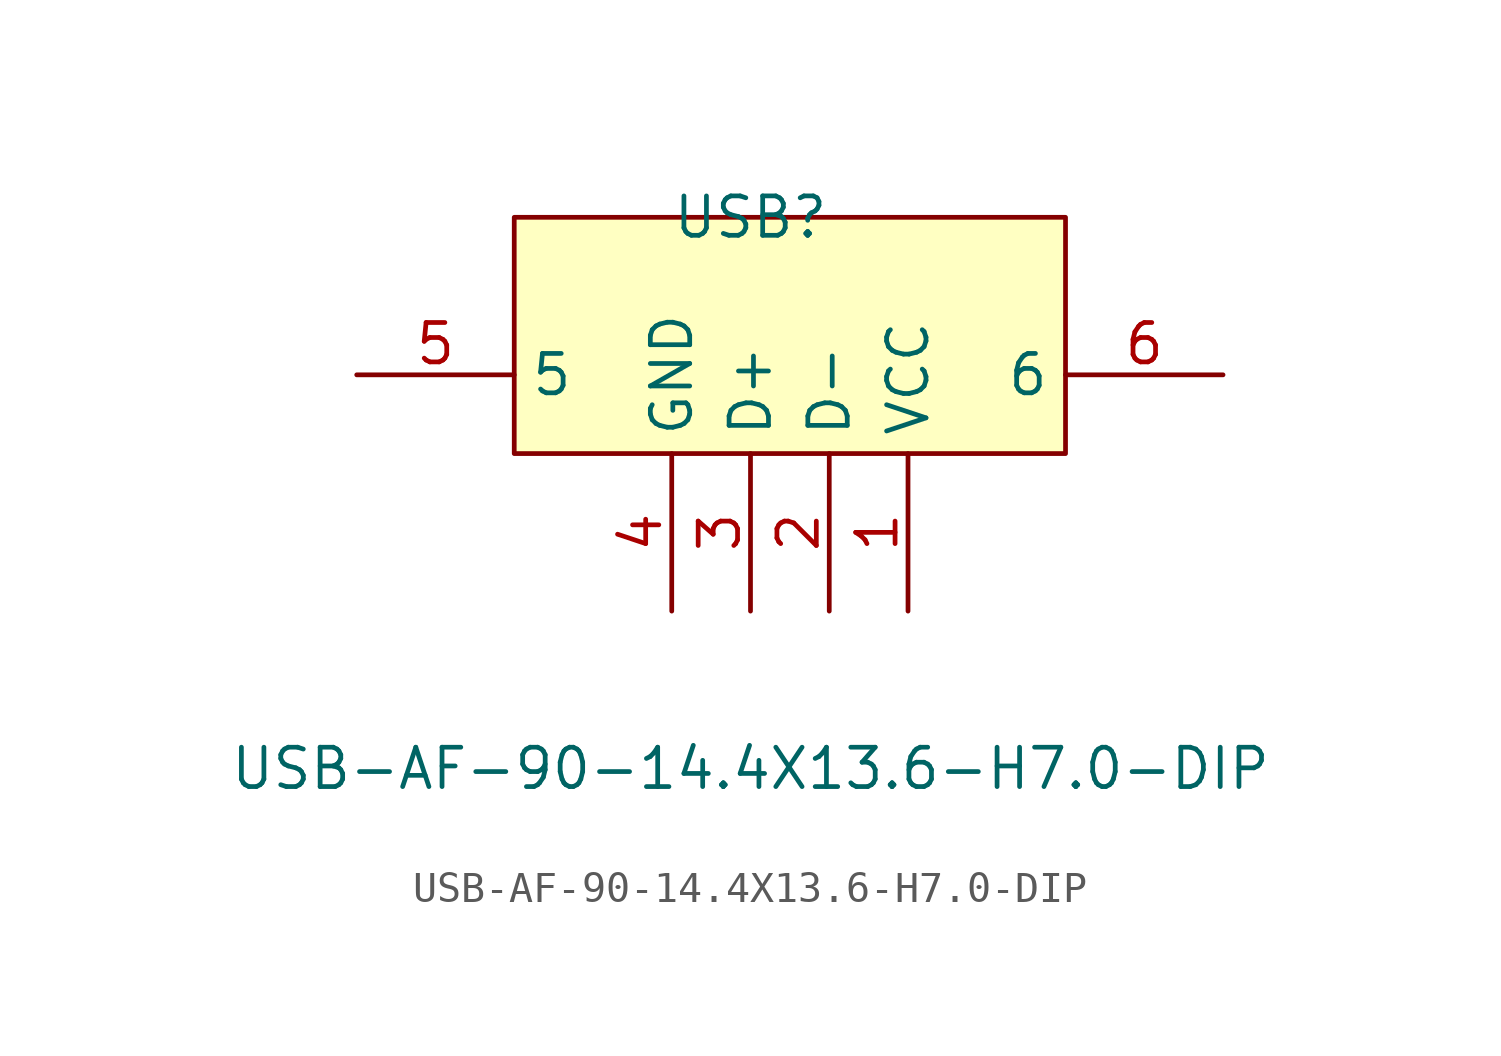
<source format=kicad_sym>
(kicad_symbol_lib
  (version 20211014)
  (generator https://github.com/uPesy/easyeda2kicad.py)
  (symbol "USB-AF-90-14.4X13.6-H7.0-DIP"
    (property "Reference" "USB"
      (at 0 7.62 0)
      (effects (font (size 1.27 1.27))))
    (property "Value" "USB-AF-90-14.4X13.6-H7.0-DIP"
      (at 0 -10.16 0)
      (effects (font (size 1.27 1.27))))
    (symbol "USB-AF-90-14.4X13.6-H7.0-DIP_0_1"
      (rectangle (start -7.62 7.62) (end 10.16 0.00) (stroke (width 0) (type default) (color 0 0 0 0)) (fill (type background)))
      (pin unspecified line (at 5.08 -5.08 90) (length 5.08) (name "VCC" (effects (font (size 1.27 1.27)))) (number "1" (effects (font (size 1.27 1.27)))))
      (pin unspecified line (at 2.54 -5.08 90) (length 5.08) (name "D-" (effects (font (size 1.27 1.27)))) (number "2" (effects (font (size 1.27 1.27)))))
      (pin unspecified line (at 0.00 -5.08 90) (length 5.08) (name "D+" (effects (font (size 1.27 1.27)))) (number "3" (effects (font (size 1.27 1.27)))))
      (pin unspecified line (at -2.54 -5.08 90) (length 5.08) (name "GND" (effects (font (size 1.27 1.27)))) (number "4" (effects (font (size 1.27 1.27)))))
      (pin unspecified line (at -12.70 2.54 0) (length 5.08) (name "5" (effects (font (size 1.27 1.27)))) (number "5" (effects (font (size 1.27 1.27)))))
      (pin unspecified line (at 15.24 2.54 180) (length 5.08) (name "6" (effects (font (size 1.27 1.27)))) (number "6" (effects (font (size 1.27 1.27))))))))
</source>
